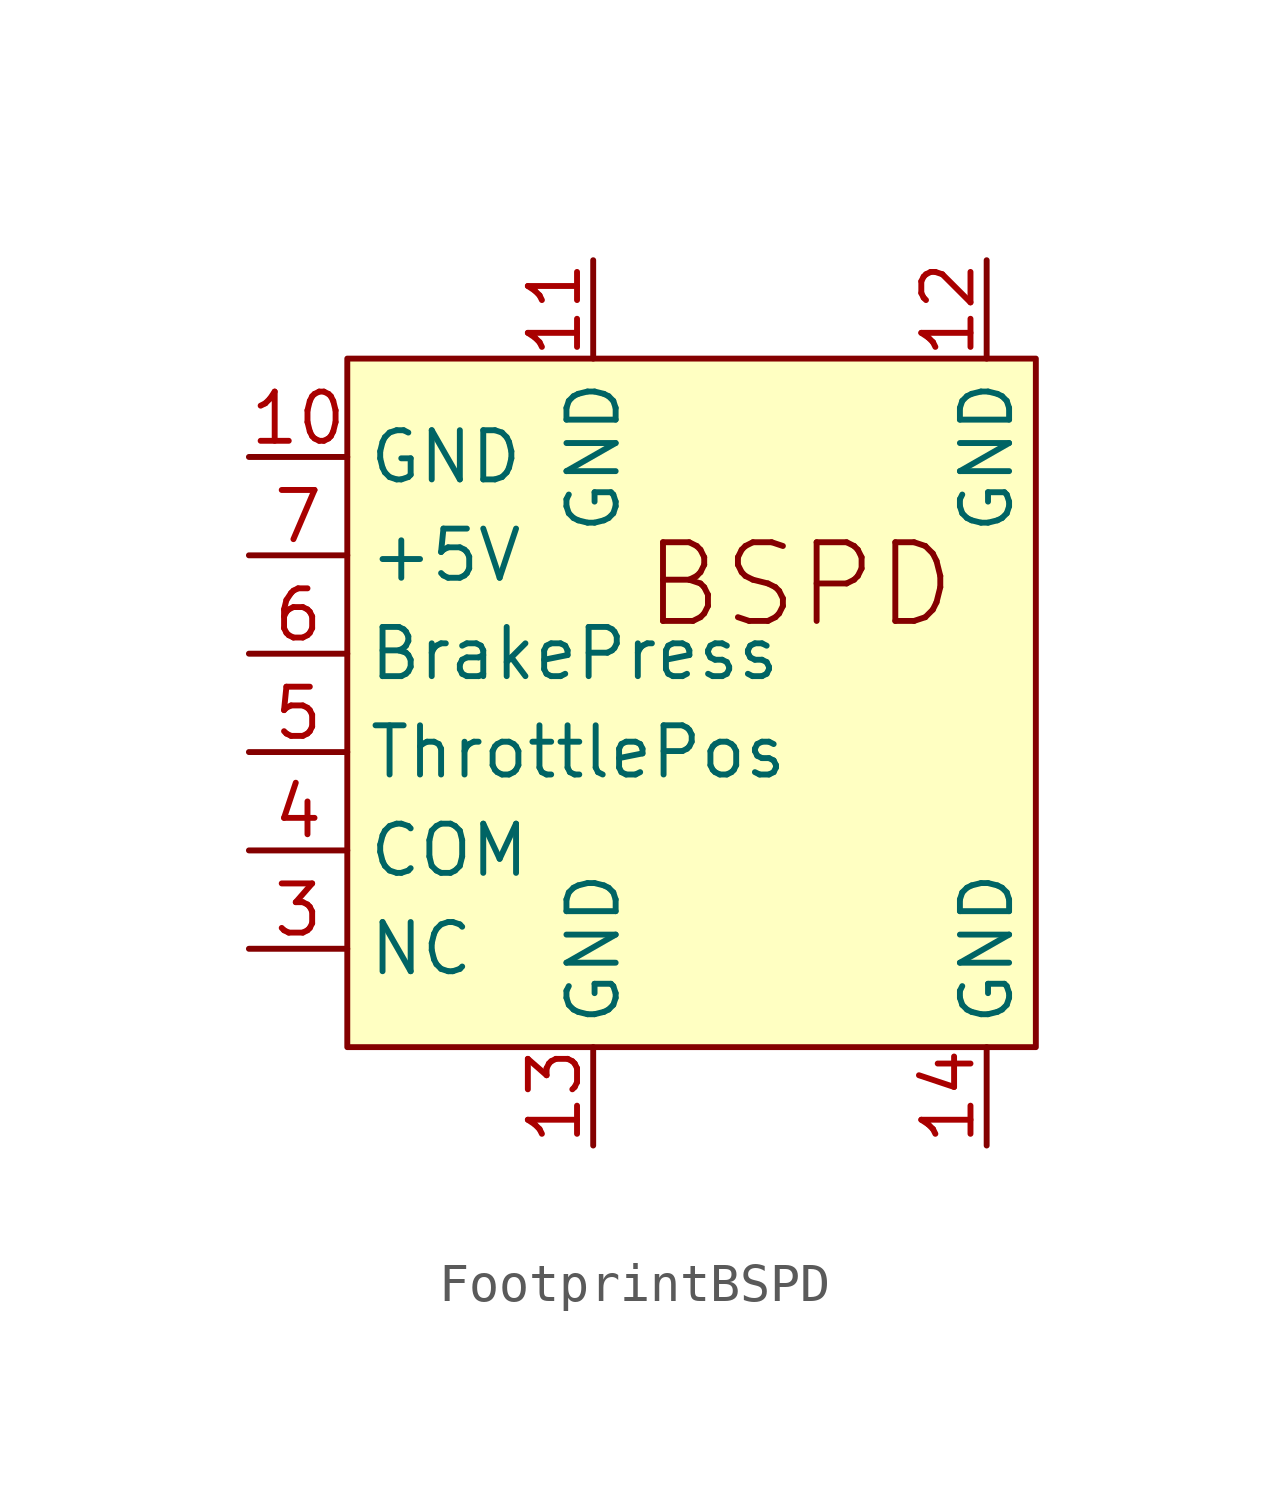
<source format=kicad_sym>
(kicad_symbol_lib
  (version 20241209)
  (generator "kicad_symbol_editor")
  (generator_version "9.0")
  (symbol "FootprintBSPD"
    (property "Reference" "BSPD"
      (at 1.524 0.508 0)
      (effects (font (size 1.27 1.27)) (hide yes)))
    (property "Value" ""
      (at 0 0 0)
      (effects (font (size 1.27 1.27))))
    (symbol "FootprintBSPD_1_1"
      (rectangle (start -11.43 8.89) (end 6.35 -8.89) (stroke (width 0) (type solid)) (fill (type color) (color 255 255 194 1)))
      (text "BSPD" (at 0.254 3.048 0) (effects (font (size 2.032 2.032))))
      (pin power_in line (at -13.97 6.35 0) (length 2.54) (name "GND" (effects (font (size 1.27 1.27)))) (number "10" (effects (font (size 1.27 1.27)))))
      (pin power_in line (at -13.97 3.81 0) (length 2.54) (name "+5V" (effects (font (size 1.27 1.27)))) (number "7" (effects (font (size 1.27 1.27)))))
      (pin bidirectional line (at -13.97 1.27 0) (length 2.54) (name "BrakePress" (effects (font (size 1.27 1.27)))) (number "6" (effects (font (size 1.27 1.27)))))
      (pin bidirectional line (at -13.97 -1.27 0) (length 2.54) (name "ThrottlePos" (effects (font (size 1.27 1.27)))) (number "5" (effects (font (size 1.27 1.27)))))
      (pin bidirectional line (at -13.97 -3.81 0) (length 2.54) (name "COM" (effects (font (size 1.27 1.27)))) (number "4" (effects (font (size 1.27 1.27)))))
      (pin bidirectional line (at -13.97 -6.35 0) (length 2.54) (name "NC" (effects (font (size 1.27 1.27)))) (number "3" (effects (font (size 1.27 1.27)))))
      (pin power_in line (at -5.08 11.43 270) (length 2.54) (name "GND" (effects (font (size 1.27 1.27)))) (number "11" (effects (font (size 1.27 1.27)))))
      (pin power_in line (at -5.08 -11.43 90) (length 2.54) (name "GND" (effects (font (size 1.27 1.27)))) (number "13" (effects (font (size 1.27 1.27)))))
      (pin power_in line (at 5.08 11.43 270) (length 2.54) (name "GND" (effects (font (size 1.27 1.27)))) (number "12" (effects (font (size 1.27 1.27)))))
      (pin power_in line (at 5.08 -11.43 90) (length 2.54) (name "GND" (effects (font (size 1.27 1.27)))) (number "14" (effects (font (size 1.27 1.27))))))))
</source>
